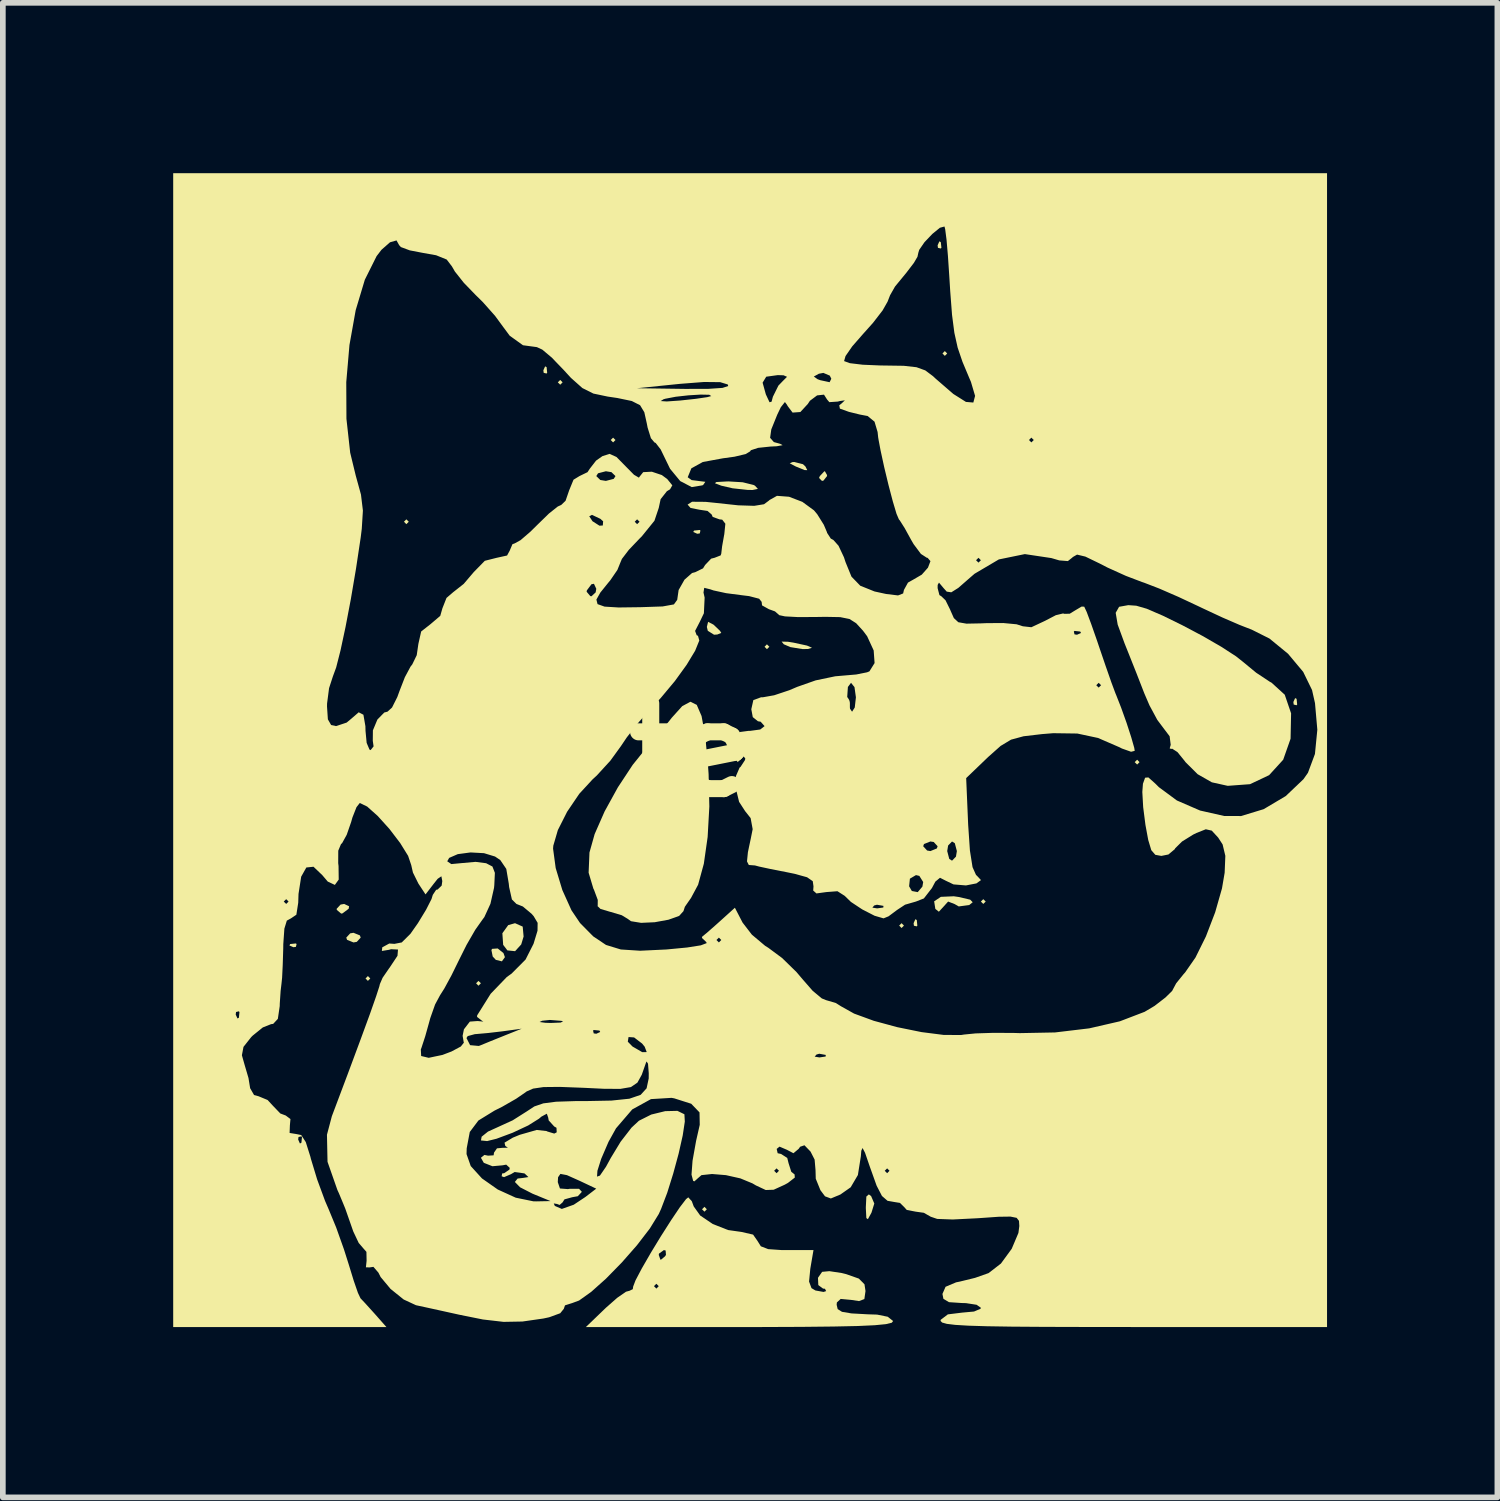
<source format=kicad_pcb>
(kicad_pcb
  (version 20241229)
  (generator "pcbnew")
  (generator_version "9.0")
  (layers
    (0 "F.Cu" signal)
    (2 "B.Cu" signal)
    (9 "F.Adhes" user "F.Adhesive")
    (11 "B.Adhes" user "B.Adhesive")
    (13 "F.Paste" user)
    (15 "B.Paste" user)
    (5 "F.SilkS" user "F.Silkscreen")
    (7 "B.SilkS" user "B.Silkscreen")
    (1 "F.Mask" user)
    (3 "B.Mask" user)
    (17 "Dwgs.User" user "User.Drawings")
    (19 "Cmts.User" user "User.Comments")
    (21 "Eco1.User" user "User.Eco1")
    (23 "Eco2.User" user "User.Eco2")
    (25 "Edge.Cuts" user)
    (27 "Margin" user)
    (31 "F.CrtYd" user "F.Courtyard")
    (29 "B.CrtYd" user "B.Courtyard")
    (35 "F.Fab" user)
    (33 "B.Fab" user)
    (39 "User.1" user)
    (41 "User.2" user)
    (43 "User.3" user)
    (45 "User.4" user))
  (footprint "test"
    (layer "F.Cu")
    (at 10.16 10.16)
    (property "Reference" "test" (at 0 0 0) (layer "F.SilkS") (effects (font (size 1.5 1.5) (thickness 0.3))))
    (attr board_only exclude_from_pos_files exclude_from_bom)
    (fp_poly (pts (xy -6.689 4.022) (xy -6.731 4.064) (xy -6.773 4.022) (xy -6.731 3.979)) (stroke (width 0) (type solid)) (fill yes) (layer "F.SilkS"))
    (fp_poly (pts (xy -6.011 -4.022) (xy -6.054 -3.979) (xy -6.096 -4.022) (xy -6.054 -4.064)) (stroke (width 0) (type solid)) (fill yes) (layer "F.SilkS"))
    (fp_poly (pts (xy -4.741 4.106) (xy -4.784 4.149) (xy -4.826 4.106) (xy -4.784 4.064)) (stroke (width 0) (type solid)) (fill yes) (layer "F.SilkS"))
    (fp_poly (pts (xy -3.302 -6.477) (xy -3.344 -6.435) (xy -3.387 -6.477) (xy -3.344 -6.519)) (stroke (width 0) (type solid)) (fill yes) (layer "F.SilkS"))
    (fp_poly (pts (xy -2.371 -5.461) (xy -2.413 -5.419) (xy -2.455 -5.461) (xy -2.413 -5.503)) (stroke (width 0) (type solid)) (fill yes) (layer "F.SilkS"))
    (fp_poly (pts (xy -0.762 8.086) (xy -0.804 8.128) (xy -0.847 8.086) (xy -0.804 8.043)) (stroke (width 0) (type solid)) (fill yes) (layer "F.SilkS"))
    (fp_poly (pts (xy 0.339 -1.82) (xy 0.296 -1.778) (xy 0.254 -1.82) (xy 0.296 -1.863)) (stroke (width 0) (type solid)) (fill yes) (layer "F.SilkS"))
    (fp_poly (pts (xy 2.709 3.09) (xy 2.667 3.133) (xy 2.625 3.09) (xy 2.667 3.048)) (stroke (width 0) (type solid)) (fill yes) (layer "F.SilkS"))
    (fp_poly (pts (xy 3.471 -6.985) (xy 3.429 -6.943) (xy 3.387 -6.985) (xy 3.429 -7.027)) (stroke (width 0) (type solid)) (fill yes) (layer "F.SilkS"))
    (fp_poly (pts (xy 4.149 2.667) (xy 4.106 2.709) (xy 4.064 2.667) (xy 4.106 2.625)) (stroke (width 0) (type solid)) (fill yes) (layer "F.SilkS"))
    (fp_poly (pts (xy 6.858 0.212) (xy 6.816 0.254) (xy 6.773 0.212) (xy 6.816 0.169)) (stroke (width 0) (type solid)) (fill yes) (layer "F.SilkS"))
    (fp_poly (pts (xy -7.987 3.415) (xy -7.999 3.465) (xy -8.043 3.471) (xy -8.113 3.44) (xy -8.1 3.415) (xy -7.999 3.405)) (stroke (width 0) (type solid)) (fill yes) (layer "F.SilkS"))
    (fp_poly (pts (xy -3.584 -6.745) (xy -3.574 -6.645) (xy -3.584 -6.632) (xy -3.635 -6.644) (xy -3.641 -6.689) (xy -3.61 -6.758)) (stroke (width 0) (type solid)) (fill yes) (layer "F.SilkS"))
    (fp_poly (pts (xy -0.875 -3.866) (xy -0.887 -3.816) (xy -0.931 -3.81) (xy -1.001 -3.841) (xy -0.988 -3.866) (xy -0.887 -3.877)) (stroke (width 0) (type solid)) (fill yes) (layer "F.SilkS"))
    (fp_poly (pts (xy 2.935 2.992) (xy 2.945 3.092) (xy 2.935 3.104) (xy 2.885 3.093) (xy 2.879 3.048) (xy 2.91 2.978)) (stroke (width 0) (type solid)) (fill yes) (layer "F.SilkS"))
    (fp_poly (pts (xy 3.358 -8.946) (xy 3.369 -8.846) (xy 3.358 -8.834) (xy 3.308 -8.845) (xy 3.302 -8.89) (xy 3.333 -8.96)) (stroke (width 0) (type solid)) (fill yes) (layer "F.SilkS"))
    (fp_poly (pts (xy 9.624 -0.903) (xy 9.634 -0.803) (xy 9.624 -0.79) (xy 9.573 -0.802) (xy 9.567 -0.847) (xy 9.598 -0.916)) (stroke (width 0) (type solid)) (fill yes) (layer "F.SilkS"))
    (fp_poly (pts (xy -7.062 2.75) (xy -7.07 2.794) (xy -7.178 2.875) (xy -7.202 2.879) (xy -7.279 2.814) (xy -7.281 2.794) (xy -7.212 2.72) (xy -7.149 2.709)) (stroke (width 0) (type solid)) (fill yes) (layer "F.SilkS"))
    (fp_poly (pts (xy -6.872 3.263) (xy -6.858 3.302) (xy -6.927 3.377) (xy -6.985 3.387) (xy -7.098 3.341) (xy -7.112 3.302) (xy -7.043 3.227) (xy -6.985 3.217)) (stroke (width 0) (type solid)) (fill yes) (layer "F.SilkS"))
    (fp_poly (pts (xy -4.344 3.574) (xy -4.318 3.646) (xy -4.371 3.72) (xy -4.478 3.694) (xy -4.533 3.635) (xy -4.556 3.521) (xy -4.544 3.5) (xy -4.445 3.493)) (stroke (width 0) (type solid)) (fill yes) (layer "F.SilkS"))
    (fp_poly (pts (xy 0.931 -5.035) (xy 0.974 -4.995) (xy 1.007 -4.93) (xy 0.958 -4.932) (xy 0.804 -4.995) (xy 0.698 -5.051) (xy 0.746 -5.072) (xy 0.778 -5.074)) (stroke (width 0) (type solid)) (fill yes) (layer "F.SilkS"))
    (fp_poly (pts (xy 1.354 -4.845) (xy 1.355 -4.826) (xy 1.29 -4.745) (xy 1.265 -4.741) (xy 1.214 -4.793) (xy 1.228 -4.826) (xy 1.304 -4.907) (xy 1.317 -4.911)) (stroke (width 0) (type solid)) (fill yes) (layer "F.SilkS"))
    (fp_poly (pts (xy -4.005 3.108) (xy -3.989 3.283) (xy -4.031 3.422) (xy -4.139 3.541) (xy -4.275 3.527) (xy -4.349 3.429) (xy -4.363 3.225) (xy -4.26 3.082) (xy -4.14 3.048)) (stroke (width 0) (type solid)) (fill yes) (layer "F.SilkS"))
    (fp_poly (pts (xy -0.647 -2.211) (xy -0.635 -2.201) (xy -0.53 -2.1) (xy -0.508 -2.064) (xy -0.577 -2.036) (xy -0.635 -2.032) (xy -0.745 -2.101) (xy -0.762 -2.169) (xy -0.74 -2.259)) (stroke (width 0) (type solid)) (fill yes) (layer "F.SilkS"))
    (fp_poly (pts (xy 0.668 -1.908) (xy 0.762 -1.893) (xy 1.002 -1.841) (xy 1.09 -1.802) (xy 1.019 -1.781) (xy 0.924 -1.779) (xy 0.709 -1.814) (xy 0.593 -1.864) (xy 0.555 -1.911)) (stroke (width 0) (type solid)) (fill yes) (layer "F.SilkS"))
    (fp_poly (pts (xy 2.131 7.854) (xy 2.187 7.985) (xy 2.137 8.146) (xy 2.074 8.261) (xy 2.047 8.241) (xy 2.038 8.069) (xy 2.038 8.048) (xy 2.047 7.862) (xy 2.091 7.824)) (stroke (width 0) (type solid)) (fill yes) (layer "F.SilkS"))
    (fp_poly (pts (xy -0.131 -4.717) (xy 0.059 -4.67) (xy 0.085 -4.657) (xy 0.137 -4.6) (xy 0.043 -4.581) (xy -0.042 -4.582) (xy -0.309 -4.611) (xy -0.508 -4.657) (xy -0.62 -4.7) (xy -0.595 -4.721) (xy -0.417 -4.731) (xy -0.381 -4.732)) (stroke (width 0) (type solid)) (fill yes) (layer "F.SilkS"))
    (fp_poly (pts (xy 3.683 2.588) (xy 3.876 2.634) (xy 3.92 2.679) (xy 3.859 2.728) (xy 3.674 2.753) (xy 3.601 2.711) (xy 3.487 2.667) (xy 3.405 2.758) (xy 3.324 2.846) (xy 3.262 2.797) (xy 3.241 2.663) (xy 3.359 2.584) (xy 3.587 2.574)) (stroke (width 0) (type solid)) (fill yes) (layer "F.SilkS"))
    (fp_poly (pts (xy 6.801 -2.543) (xy 6.984 -2.49) (xy 7.267 -2.368) (xy 7.608 -2.201) (xy 7.965 -2.012) (xy 8.296 -1.821) (xy 8.557 -1.652) (xy 8.678 -1.556) (xy 8.912 -1.363) (xy 9.152 -1.204) (xy 9.182 -1.188) (xy 9.415 -0.976) (xy 9.527 -0.648) (xy 9.518 -0.206) (xy 9.517 -0.198) (xy 9.388 0.169) (xy 9.14 0.441) (xy 8.804 0.6) (xy 8.411 0.629) (xy 8.131 0.567) (xy 7.881 0.424) (xy 7.668 0.212) (xy 7.655 0.194) (xy 7.526 0.035) (xy 7.431 -0.026) (xy 7.415 -0.02) (xy 7.389 -0.031) (xy 7.407 -0.093) (xy 7.388 -0.244) (xy 7.291 -0.372) (xy 7.171 -0.532) (xy 7.033 -0.788) (xy 6.941 -1.002) (xy 6.806 -1.349) (xy 6.664 -1.706) (xy 6.595 -1.878) (xy 6.473 -2.211) (xy 6.438 -2.418) (xy 6.498 -2.524) (xy 6.66 -2.553)) (stroke (width 0) (type solid)) (fill yes) (layer "F.SilkS"))
    (fp_poly (pts (xy -0.94 -0.797) (xy -0.855 -0.6) (xy -0.791 -0.254) (xy -0.743 0.251) (xy -0.731 0.423) (xy -0.718 0.993) (xy -0.748 1.53) (xy -0.815 2.001) (xy -0.916 2.371) (xy -1.044 2.609) (xy -1.047 2.612) (xy -1.149 2.759) (xy -1.174 2.836) (xy -1.25 2.92) (xy -1.438 2.987) (xy -1.68 3.031) (xy -1.92 3.042) (xy -2.098 3.013) (xy -2.152 2.974) (xy -2.26 2.908) (xy -2.458 2.849) (xy -2.467 2.847) (xy -2.635 2.797) (xy -2.688 2.746) (xy -2.684 2.74) (xy -2.683 2.638) (xy -2.75 2.458) (xy -2.76 2.44) (xy -2.844 2.159) (xy -2.829 1.803) (xy -2.829 1.803) (xy -2.738 1.479) (xy -2.562 1.079) (xy -2.329 0.656) (xy -2.068 0.26) (xy -1.858 -0.001) (xy -1.637 -0.255) (xy -1.423 -0.515) (xy -1.378 -0.572) (xy -1.196 -0.774) (xy -1.052 -0.852)) (stroke (width 0) (type solid)) (fill yes) (layer "F.SilkS"))
    (fp_poly (pts (xy -1.027 7.944) (xy -0.993 8.036) (xy -0.879 8.196) (xy -0.657 8.346) (xy -0.387 8.452) (xy -0.154 8.485) (xy 0.052 8.532) (xy 0.129 8.642) (xy 0.189 8.738) (xy 0.318 8.788) (xy 0.561 8.805) (xy 0.648 8.805) (xy 1.116 8.805) (xy 1.06 9.133) (xy 1.038 9.359) (xy 1.081 9.475) (xy 1.15 9.516) (xy 1.293 9.542) (xy 1.339 9.527) (xy 1.318 9.486) (xy 1.284 9.483) (xy 1.201 9.421) (xy 1.195 9.293) (xy 1.268 9.188) (xy 1.396 9.176) (xy 1.614 9.209) (xy 1.691 9.228) (xy 1.915 9.307) (xy 2.014 9.407) (xy 2.032 9.526) (xy 2.012 9.667) (xy 1.919 9.703) (xy 1.778 9.682) (xy 1.595 9.665) (xy 1.528 9.727) (xy 1.524 9.768) (xy 1.542 9.844) (xy 1.618 9.892) (xy 1.785 9.92) (xy 2.075 9.936) (xy 2.236 9.941) (xy 2.424 9.979) (xy 2.518 10.054) (xy 2.495 10.084) (xy 2.392 10.109) (xy 2.196 10.128) (xy 1.894 10.142) (xy 1.47 10.151) (xy 0.911 10.157) (xy 0.204 10.16) (xy -0.169 10.16) (xy -2.892 10.16) (xy -2.54 9.821) (xy -2.34 9.645) (xy -2.186 9.538) (xy -2.123 9.521) (xy -2.066 9.493) (xy -2.06 9.449) (xy -2.057 9.44) (xy -1.693 9.44) (xy -1.651 9.483) (xy -1.609 9.44) (xy -1.651 9.398) (xy -1.693 9.44) (xy -2.057 9.44) (xy -2.018 9.338) (xy -1.908 9.129) (xy -1.77 8.89) (xy -1.609 8.89) (xy -1.58 8.972) (xy -1.571 8.975) (xy -1.499 8.915) (xy -1.482 8.89) (xy -1.488 8.812) (xy -1.519 8.805) (xy -1.605 8.867) (xy -1.609 8.89) (xy -1.77 8.89) (xy -1.752 8.858) (xy -1.573 8.564) (xy -1.394 8.283) (xy -1.238 8.051) (xy -1.127 7.906) (xy -1.089 7.876)) (stroke (width 0) (type solid)) (fill yes) (layer "F.SilkS"))
    (fp_poly (pts (xy 10.16 0) (xy 10.16 10.16) (xy 6.734 10.16) (xy 5.875 10.159) (xy 5.171 10.157) (xy 4.608 10.153) (xy 4.17 10.146) (xy 3.843 10.136) (xy 3.612 10.122) (xy 3.464 10.104) (xy 3.382 10.081) (xy 3.354 10.053) (xy 3.356 10.033) (xy 3.482 9.937) (xy 3.734 9.906) (xy 3.943 9.887) (xy 4.057 9.839) (xy 4.064 9.821) (xy 3.989 9.768) (xy 3.801 9.739) (xy 3.725 9.737) (xy 3.502 9.722) (xy 3.404 9.663) (xy 3.387 9.577) (xy 3.442 9.451) (xy 3.627 9.373) (xy 3.691 9.36) (xy 3.961 9.294) (xy 4.194 9.212) (xy 4.201 9.209) (xy 4.417 9.042) (xy 4.607 8.782) (xy 4.725 8.503) (xy 4.741 8.381) (xy 4.735 8.29) (xy 4.694 8.237) (xy 4.585 8.215) (xy 4.377 8.218) (xy 4.036 8.242) (xy 3.986 8.245) (xy 3.568 8.266) (xy 3.295 8.256) (xy 3.177 8.216) (xy 3.177 8.215) (xy 3.059 8.148) (xy 2.916 8.128) (xy 2.759 8.098) (xy 2.709 8.043) (xy 2.639 7.974) (xy 2.545 7.959) (xy 2.42 7.937) (xy 2.322 7.852) (xy 2.228 7.671) (xy 2.134 7.408) (xy 2.371 7.408) (xy 2.413 7.451) (xy 2.455 7.408) (xy 2.413 7.366) (xy 2.371 7.408) (xy 2.134 7.408) (xy 2.117 7.361) (xy 2.104 7.324) (xy 2.024 7.091) (xy 1.98 7.007) (xy 1.958 7.056) (xy 1.95 7.154) (xy 1.898 7.483) (xy 1.771 7.699) (xy 1.59 7.826) (xy 1.422 7.896) (xy 1.319 7.858) (xy 1.238 7.75) (xy 1.156 7.548) (xy 1.152 7.398) (xy 1.136 7.211) (xy 1.064 7.07) (xy 0.957 6.959) (xy 0.881 6.985) (xy 0.855 7.022) (xy 0.763 7.099) (xy 0.649 7.039) (xy 0.518 6.983) (xy 0.468 7.023) (xy 0.485 7.099) (xy 0.545 7.112) (xy 0.654 7.182) (xy 0.677 7.274) (xy 0.725 7.426) (xy 0.783 7.472) (xy 0.787 7.528) (xy 0.666 7.622) (xy 0.608 7.654) (xy 0.415 7.742) (xy 0.275 7.747) (xy 0.102 7.666) (xy 0.041 7.63) (xy -0.172 7.542) (xy -0.426 7.485) (xy -0.671 7.465) (xy -0.857 7.485) (xy -0.931 7.549) (xy -0.931 7.55) (xy -0.982 7.595) (xy -1.003 7.586) (xy -1.032 7.476) (xy -1.027 7.408) (xy 0.423 7.408) (xy 0.466 7.451) (xy 0.508 7.408) (xy 0.466 7.366) (xy 0.423 7.408) (xy -1.027 7.408) (xy -1.014 7.232) (xy -0.951 6.88) (xy -0.887 6.599) (xy -0.891 6.38) (xy -1.037 6.228) (xy -1.335 6.133) (xy -1.384 6.124) (xy -1.746 6.146) (xy -2.076 6.328) (xy -2.362 6.661) (xy -2.494 6.899) (xy -2.623 7.199) (xy -2.689 7.408) (xy -2.696 7.511) (xy -2.645 7.493) (xy -2.538 7.337) (xy -2.454 7.183) (xy -2.28 6.896) (xy -2.088 6.648) (xy -1.958 6.527) (xy -1.741 6.418) (xy -1.495 6.358) (xy -1.28 6.353) (xy -1.157 6.413) (xy -1.15 6.542) (xy -1.187 6.787) (xy -1.259 7.107) (xy -1.354 7.457) (xy -1.46 7.796) (xy -1.568 8.08) (xy -1.609 8.17) (xy -1.766 8.425) (xy -1.993 8.72) (xy -2.26 9.024) (xy -2.538 9.308) (xy -2.799 9.541) (xy -3.012 9.693) (xy -3.131 9.737) (xy -3.26 9.778) (xy -3.281 9.839) (xy -3.344 9.917) (xy -3.539 9.988) (xy -3.641 10.01) (xy -4.01 10.063) (xy -4.342 10.069) (xy -4.705 10.027) (xy -5.122 9.943) (xy -5.443 9.872) (xy -5.716 9.812) (xy -5.883 9.776) (xy -5.884 9.776) (xy -6.101 9.675) (xy -6.332 9.489) (xy -6.507 9.279) (xy -6.546 9.202) (xy -6.634 9.1) (xy -6.701 9.11) (xy -6.766 9.108) (xy -6.754 8.993) (xy -6.757 8.836) (xy -6.809 8.777) (xy -6.893 8.679) (xy -6.989 8.476) (xy -7.026 8.37) (xy -7.129 8.076) (xy -7.167 7.983) (xy -3.458 7.983) (xy -3.439 8.027) (xy -3.316 8.08) (xy -3.106 8.006) (xy -2.9 7.869) (xy -2.71 7.723) (xy -2.998 7.587) (xy -3.226 7.485) (xy -3.341 7.463) (xy -3.382 7.522) (xy -3.387 7.608) (xy -3.349 7.72) (xy -3.208 7.731) (xy -3.175 7.725) (xy -3.012 7.726) (xy -2.963 7.779) (xy -3.034 7.856) (xy -3.133 7.874) (xy -3.27 7.912) (xy -3.302 7.964) (xy -3.355 8.01) (xy -3.4 7.993) (xy -3.458 7.983) (xy -7.167 7.983) (xy -7.242 7.803) (xy -7.268 7.747) (xy -7.442 7.25) (xy -7.445 7.114) (xy -4.994 7.114) (xy -4.92 7.325) (xy -4.722 7.543) (xy -4.444 7.738) (xy -4.128 7.882) (xy -3.817 7.946) (xy -3.768 7.947) (xy -3.514 7.942) (xy -3.831 7.812) (xy -4.051 7.699) (xy -4.143 7.605) (xy -4.095 7.545) (xy -4 7.534) (xy -3.904 7.519) (xy -3.967 7.46) (xy -3.976 7.454) (xy -4.147 7.43) (xy -4.211 7.468) (xy -4.333 7.52) (xy -4.376 7.505) (xy -4.366 7.455) (xy -4.332 7.451) (xy -4.239 7.388) (xy -4.233 7.357) (xy -4.295 7.3) (xy -4.36 7.312) (xy -4.538 7.328) (xy -4.69 7.268) (xy -4.741 7.179) (xy -4.679 7.129) (xy -4.615 7.142) (xy -4.517 7.136) (xy -4.51 7.088) (xy -4.458 7.013) (xy -4.36 7.004) (xy -4.266 7.002) (xy -4.312 6.97) (xy -4.325 6.913) (xy -4.179 6.825) (xy -4.058 6.775) (xy -3.758 6.689) (xy -3.583 6.709) (xy -3.575 6.715) (xy -3.449 6.753) (xy -3.406 6.731) (xy -3.41 6.651) (xy -3.45 6.628) (xy -3.547 6.521) (xy -3.556 6.471) (xy -3.58 6.403) (xy -3.676 6.455) (xy -3.718 6.491) (xy -3.908 6.61) (xy -4.184 6.739) (xy -4.466 6.844) (xy -4.631 6.885) (xy -4.74 6.874) (xy -4.728 6.808) (xy -4.616 6.718) (xy -4.458 6.646) (xy -4.182 6.52) (xy -3.934 6.363) (xy -3.8 6.275) (xy -3.642 6.221) (xy -3.417 6.192) (xy -3.082 6.181) (xy -2.904 6.181) (xy -2.443 6.172) (xy -2.126 6.139) (xy -1.928 6.071) (xy -1.823 5.956) (xy -1.786 5.783) (xy -1.785 5.691) (xy -1.798 5.523) (xy -1.823 5.483) (xy -1.833 5.503) (xy -1.908 5.717) (xy -1.985 5.856) (xy -2.099 5.934) (xy -2.286 5.966) (xy -2.578 5.964) (xy -2.931 5.947) (xy -3.352 5.931) (xy -3.638 5.934) (xy -3.822 5.961) (xy -3.937 6.012) (xy -3.959 6.029) (xy -4.121 6.14) (xy -4.365 6.28) (xy -4.502 6.349) (xy -4.785 6.523) (xy -4.937 6.725) (xy -4.991 7.012) (xy -4.994 7.114) (xy -7.445 7.114) (xy -7.452 6.773) (xy -7.366 6.448) (xy -7.083 5.696) (xy -6.925 5.271) (xy -5.799 5.271) (xy -5.793 5.387) (xy -5.66 5.419) (xy -5.562 5.398) (xy 1.137 5.398) (xy 1.221 5.412) (xy 1.33 5.396) (xy 1.332 5.368) (xy 1.218 5.347) (xy 1.169 5.361) (xy 1.137 5.398) (xy -5.562 5.398) (xy -5.418 5.368) (xy -5.258 5.307) (xy -5.095 5.22) (xy -5.04 5.151) (xy -5.044 5.144) (xy -5.056 5.071) (xy -4.995 5.071) (xy -4.931 5.196) (xy -4.778 5.21) (xy -4.746 5.198) (xy -4.593 5.135) (xy -2.154 5.135) (xy -2.071 5.22) (xy -1.9 5.319) (xy -1.821 5.318) (xy -1.857 5.223) (xy -1.903 5.167) (xy -2.043 5.06) (xy -2.141 5.053) (xy -2.154 5.135) (xy -4.593 5.135) (xy -4.581 5.13) (xy -4.35 5.037) (xy -4.318 5.024) (xy -4.105 4.939) (xy -2.766 4.939) (xy -2.754 4.989) (xy -2.709 4.995) (xy -2.64 4.964) (xy -2.653 4.939) (xy -2.753 4.929) (xy -2.766 4.939) (xy -4.105 4.939) (xy -4.022 4.906) (xy -4.36 4.952) (xy -4.616 4.982) (xy -4.819 5) (xy -4.847 5.002) (xy -4.973 5.036) (xy -4.995 5.071) (xy -5.056 5.071) (xy -5.063 5.032) (xy -5.04 4.917) (xy -4.941 4.788) (xy -3.708 4.788) (xy -3.606 4.802) (xy -3.514 4.805) (xy -3.339 4.798) (xy -3.294 4.779) (xy -3.322 4.768) (xy -3.526 4.752) (xy -3.661 4.766) (xy -3.708 4.788) (xy -4.941 4.788) (xy -4.935 4.781) (xy -4.799 4.771) (xy -4.698 4.781) (xy -4.725 4.764) (xy -4.809 4.698) (xy -4.807 4.671) (xy -4.569 4.291) (xy -4.285 3.996) (xy -4.201 3.936) (xy -3.955 3.689) (xy -3.814 3.411) (xy -3.744 3.181) (xy -3.742 3.042) (xy -3.812 2.924) (xy -3.848 2.883) (xy -4.002 2.754) (xy -4.115 2.709) (xy -4.195 2.63) (xy -4.244 2.411) (xy -4.25 2.352) (xy -4.294 2.092) (xy -4.4 1.936) (xy -4.492 1.874) (xy -4.686 1.815) (xy -4.924 1.802) (xy -5.148 1.832) (xy -5.3 1.898) (xy -5.334 1.958) (xy -5.262 2.007) (xy -5.082 1.99) (xy -4.836 1.968) (xy -4.649 1.992) (xy -4.538 2.05) (xy -4.495 2.161) (xy -4.505 2.378) (xy -4.51 2.427) (xy -4.573 2.706) (xy -4.68 2.94) (xy -4.717 2.99) (xy -4.84 3.164) (xy -4.994 3.431) (xy -5.12 3.683) (xy -5.259 3.966) (xy -5.385 4.198) (xy -5.461 4.318) (xy -5.548 4.48) (xy -5.633 4.721) (xy -5.65 4.784) (xy -5.721 5.038) (xy -5.787 5.24) (xy -5.799 5.271) (xy -6.925 5.271) (xy -6.86 5.096) (xy -6.694 4.643) (xy -6.585 4.332) (xy -6.529 4.159) (xy -6.52 4.12) (xy -6.472 4.009) (xy -6.356 3.84) (xy -6.35 3.833) (xy -6.21 3.622) (xy -6.201 3.512) (xy -6.323 3.506) (xy -6.361 3.517) (xy -6.485 3.537) (xy -6.478 3.473) (xy -6.355 3.406) (xy -6.264 3.412) (xy -6.135 3.387) (xy -5.982 3.235) (xy -5.85 3.047) (xy -5.706 2.81) (xy -5.611 2.623) (xy -5.588 2.549) (xy -5.529 2.46) (xy -5.503 2.455) (xy -5.432 2.386) (xy -5.421 2.307) (xy -5.437 2.222) (xy -5.502 2.266) (xy -5.569 2.35) (xy -5.716 2.541) (xy -5.842 2.35) (xy -5.938 2.156) (xy -5.968 2.024) (xy -6.023 1.862) (xy -6.101 1.736) (xy -3.47 1.736) (xy -3.424 2.077) (xy -3.307 2.464) (xy -3.146 2.821) (xy -2.995 3.045) (xy -2.763 3.28) (xy -2.538 3.431) (xy -2.277 3.511) (xy -1.937 3.533) (xy -1.474 3.511) (xy -1.463 3.51) (xy -1.108 3.476) (xy -0.868 3.438) (xy -0.765 3.399) (xy -0.772 3.381) (xy -0.81 3.344) (xy -0.593 3.344) (xy -0.55 3.387) (xy -0.508 3.344) (xy -0.55 3.302) (xy -0.593 3.344) (xy -0.81 3.344) (xy -0.849 3.307) (xy -0.844 3.285) (xy -0.761 3.217) (xy -0.603 3.078) (xy -0.536 3.018) (xy -0.268 2.776) (xy -0.133 3.037) (xy 0.031 3.25) (xy 0.264 3.446) (xy 0.32 3.481) (xy 0.563 3.661) (xy 0.816 3.908) (xy 0.922 4.033) (xy 1.102 4.239) (xy 1.263 4.373) (xy 1.337 4.403) (xy 1.51 4.454) (xy 1.602 4.512) (xy 1.831 4.64) (xy 2.178 4.767) (xy 2.591 4.879) (xy 3.019 4.966) (xy 3.411 5.016) (xy 3.717 5.017) (xy 3.768 5.009) (xy 3.971 4.989) (xy 4.284 4.979) (xy 4.648 4.981) (xy 4.748 4.984) (xy 5.37 4.972) (xy 5.972 4.9) (xy 6.511 4.776) (xy 6.947 4.609) (xy 7.122 4.505) (xy 7.315 4.356) (xy 7.432 4.241) (xy 7.449 4.208) (xy 7.503 4.107) (xy 7.633 3.946) (xy 7.661 3.915) (xy 7.843 3.653) (xy 8.027 3.281) (xy 8.19 2.856) (xy 8.31 2.435) (xy 8.357 2.159) (xy 8.369 1.862) (xy 8.321 1.661) (xy 8.243 1.541) (xy 8.13 1.418) (xy 8.025 1.394) (xy 7.859 1.46) (xy 7.804 1.487) (xy 7.606 1.61) (xy 7.486 1.729) (xy 7.478 1.745) (xy 7.367 1.838) (xy 7.242 1.863) (xy 7.136 1.844) (xy 7.065 1.762) (xy 7.011 1.582) (xy 6.962 1.317) (xy 6.922 1.004) (xy 6.907 0.737) (xy 6.918 0.592) (xy 6.956 0.486) (xy 7.014 0.481) (xy 7.134 0.588) (xy 7.198 0.652) (xy 7.516 0.887) (xy 7.924 1.064) (xy 8.349 1.16) (xy 8.647 1.161) (xy 9.044 1.04) (xy 9.433 0.809) (xy 9.745 0.512) (xy 9.824 0.399) (xy 9.947 0.068) (xy 9.989 -0.359) (xy 9.948 -0.827) (xy 9.896 -1.058) (xy 9.74 -1.378) (xy 9.473 -1.697) (xy 9.146 -1.965) (xy 8.835 -2.121) (xy 8.624 -2.203) (xy 8.319 -2.335) (xy 7.978 -2.494) (xy 7.894 -2.534) (xy 7.544 -2.698) (xy 7.206 -2.845) (xy 6.942 -2.947) (xy 6.9 -2.961) (xy 6.619 -3.068) (xy 6.294 -3.215) (xy 6.154 -3.287) (xy 5.904 -3.408) (xy 5.758 -3.443) (xy 5.681 -3.399) (xy 5.677 -3.393) (xy 5.596 -3.329) (xy 5.445 -3.341) (xy 5.305 -3.382) (xy 4.838 -3.452) (xy 4.38 -3.358) (xy 3.953 -3.106) (xy 3.874 -3.038) (xy 3.667 -2.857) (xy 3.543 -2.779) (xy 3.463 -2.791) (xy 3.408 -2.852) (xy 3.326 -2.95) (xy 3.303 -2.909) (xy 3.302 -2.853) (xy 3.334 -2.73) (xy 3.368 -2.709) (xy 3.441 -2.639) (xy 3.525 -2.469) (xy 3.528 -2.46) (xy 3.588 -2.325) (xy 3.667 -2.252) (xy 3.81 -2.227) (xy 4.065 -2.232) (xy 4.161 -2.236) (xy 4.458 -2.238) (xy 4.693 -2.216) (xy 4.802 -2.181) (xy 4.953 -2.164) (xy 5.192 -2.276) (xy 5.384 -2.376) (xy 5.513 -2.407) (xy 5.531 -2.4) (xy 5.629 -2.402) (xy 5.715 -2.455) (xy 5.838 -2.528) (xy 5.884 -2.526) (xy 5.927 -2.434) (xy 6.007 -2.22) (xy 6.11 -1.926) (xy 6.147 -1.816) (xy 6.261 -1.482) (xy 6.362 -1.193) (xy 6.433 -1.002) (xy 6.445 -0.974) (xy 6.533 -0.75) (xy 6.629 -0.482) (xy 6.712 -0.226) (xy 6.765 -0.04) (xy 6.773 0.013) (xy 6.709 0.029) (xy 6.548 -0.028) (xy 6.503 -0.051) (xy 6.127 -0.214) (xy 5.762 -0.292) (xy 5.338 -0.298) (xy 5.14 -0.282) (xy 4.816 -0.244) (xy 4.595 -0.184) (xy 4.412 -0.074) (xy 4.198 0.116) (xy 4.181 0.132) (xy 3.805 0.493) (xy 3.84 1.315) (xy 3.871 1.769) (xy 3.917 2.061) (xy 3.979 2.2) (xy 3.989 2.207) (xy 4.066 2.289) (xy 3.986 2.347) (xy 3.801 2.383) (xy 3.582 2.365) (xy 3.448 2.301) (xy 3.344 2.248) (xy 3.262 2.316) (xy 3.202 2.429) (xy 3.06 2.612) (xy 2.92 2.667) (xy 2.729 2.722) (xy 2.588 2.815) (xy 2.438 2.927) (xy 2.35 2.963) (xy 2.192 2.917) (xy 1.976 2.806) (xy 1.927 2.774) (xy 2.153 2.774) (xy 2.237 2.787) (xy 2.346 2.772) (xy 2.348 2.743) (xy 2.234 2.723) (xy 2.185 2.736) (xy 2.153 2.774) (xy 1.927 2.774) (xy 1.775 2.673) (xy 1.665 2.566) (xy 1.538 2.485) (xy 1.342 2.5) (xy 1.168 2.524) (xy 1.111 2.473) (xy 1.116 2.401) (xy 1.116 2.398) (xy 2.8 2.398) (xy 2.848 2.481) (xy 2.952 2.501) (xy 3.034 2.404) (xy 3.048 2.323) (xy 2.98 2.215) (xy 2.921 2.201) (xy 2.814 2.264) (xy 2.8 2.398) (xy 1.116 2.398) (xy 1.103 2.308) (xy 1.003 2.239) (xy 0.782 2.178) (xy 0.635 2.148) (xy 0.36 2.094) (xy 0.16 2.051) (xy 0.085 2.031) (xy -0.023 2.023) (xy -0.055 1.96) (xy -0.039 1.8) (xy -0.017 1.693) (xy 3.048 1.693) (xy 3.117 1.768) (xy 3.175 1.778) (xy 3.471 1.778) (xy 3.507 1.916) (xy 3.556 1.947) (xy 3.625 1.876) (xy 3.641 1.778) (xy 3.605 1.64) (xy 3.556 1.609) (xy 3.487 1.68) (xy 3.471 1.778) (xy 3.175 1.778) (xy 3.288 1.732) (xy 3.302 1.693) (xy 3.233 1.618) (xy 3.175 1.609) (xy 3.062 1.654) (xy 3.048 1.693) (xy -0.017 1.693) (xy 0.012 1.557) (xy 0.045 1.392) (xy 0.009 1.197) (xy -0.087 1.076) (xy -0.194 0.911) (xy -0.25 0.682) (xy -0.25 0.458) (xy -0.185 0.308) (xy -0.169 0.296) (xy -0.089 0.173) (xy -0.086 0.143) (xy -0.119 0.11) (xy -0.169 0.169) (xy -0.223 0.212) (xy -0.249 0.111) (xy -0.253 -0.021) (xy -0.242 -0.229) (xy -0.18 -0.319) (xy -0.028 -0.339) (xy 0 -0.339) (xy 0.178 -0.363) (xy 0.254 -0.422) (xy 0.254 -0.423) (xy 0.186 -0.5) (xy 0.138 -0.508) (xy 0.047 -0.581) (xy 0.021 -0.72) (xy 0.057 -0.881) (xy 0.194 -0.931) (xy 0.227 -0.931) (xy 0.255 -0.936) (xy 1.71 -0.936) (xy 1.71 -0.931) (xy 1.743 -0.753) (xy 1.795 -0.677) (xy 1.796 -0.677) (xy 1.843 -0.751) (xy 1.863 -0.928) (xy 1.863 -0.931) (xy 1.838 -1.11) (xy 1.811 -1.143) (xy 6.096 -1.143) (xy 6.138 -1.101) (xy 6.181 -1.143) (xy 6.138 -1.185) (xy 6.096 -1.143) (xy 1.811 -1.143) (xy 1.778 -1.185) (xy 1.777 -1.185) (xy 1.722 -1.112) (xy 1.71 -0.936) (xy 0.255 -0.936) (xy 0.424 -0.966) (xy 0.691 -1.055) (xy 0.83 -1.114) (xy 1.154 -1.228) (xy 1.499 -1.3) (xy 1.614 -1.31) (xy 1.87 -1.332) (xy 2.059 -1.37) (xy 2.101 -1.387) (xy 2.192 -1.533) (xy 2.176 -1.755) (xy 2.061 -2.005) (xy 1.999 -2.088) (xy 5.701 -2.088) (xy 5.713 -2.038) (xy 5.757 -2.032) (xy 5.827 -2.063) (xy 5.814 -2.088) (xy 5.713 -2.099) (xy 5.701 -2.088) (xy 1.999 -2.088) (xy 1.987 -2.104) (xy 1.867 -2.235) (xy 1.75 -2.309) (xy 1.586 -2.342) (xy 1.326 -2.347) (xy 1.14 -2.344) (xy 0.838 -2.343) (xy 0.614 -2.355) (xy 0.511 -2.377) (xy 0.508 -2.382) (xy 0.438 -2.443) (xy 0.33 -2.482) (xy 0.21 -2.549) (xy 0.203 -2.611) (xy 0.159 -2.666) (xy -0.017 -2.712) (xy -0.148 -2.728) (xy -0.423 -2.764) (xy -0.644 -2.812) (xy -0.703 -2.832) (xy -0.808 -2.858) (xy -0.821 -2.775) (xy -0.801 -2.686) (xy -0.814 -2.41) (xy -0.886 -2.26) (xy -0.969 -2.099) (xy -0.941 -2.023) (xy -0.918 -2.013) (xy -0.895 -1.93) (xy -0.968 -1.75) (xy -1.118 -1.502) (xy -1.325 -1.216) (xy -1.573 -0.919) (xy -1.719 -0.762) (xy -1.956 -0.498) (xy -2.171 -0.225) (xy -2.276 -0.069) (xy -2.461 0.186) (xy -2.699 0.446) (xy -2.776 0.517) (xy -3.009 0.77) (xy -3.223 1.086) (xy -3.386 1.409) (xy -3.466 1.683) (xy -3.47 1.736) (xy -6.101 1.736) (xy -6.163 1.636) (xy -6.352 1.388) (xy -6.558 1.16) (xy -6.744 0.994) (xy -6.874 0.931) (xy -6.932 1.005) (xy -7.004 1.188) (xy -7.026 1.266) (xy -7.104 1.491) (xy -7.185 1.638) (xy -7.205 1.656) (xy -7.253 1.771) (xy -7.254 1.991) (xy -7.248 2.041) (xy -7.245 2.28) (xy -7.313 2.374) (xy -7.438 2.315) (xy -7.535 2.201) (xy -7.689 2.054) (xy -7.815 2.067) (xy -7.906 2.229) (xy -7.953 2.533) (xy -7.958 2.688) (xy -7.991 2.899) (xy -8.086 2.963) (xy -8.159 3.003) (xy -8.202 3.144) (xy -8.221 3.416) (xy -8.222 3.493) (xy -8.231 3.784) (xy -8.242 4.009) (xy -8.252 4.106) (xy -8.268 4.241) (xy -8.283 4.465) (xy -8.284 4.508) (xy -8.317 4.733) (xy -8.399 4.821) (xy -8.436 4.826) (xy -8.582 4.884) (xy -8.76 5.028) (xy -8.786 5.054) (xy -8.922 5.226) (xy -8.95 5.374) (xy -8.901 5.547) (xy -8.834 5.775) (xy -8.805 5.953) (xy -8.805 5.954) (xy -8.736 6.074) (xy -8.656 6.096) (xy -8.497 6.162) (xy -8.402 6.265) (xy -8.273 6.399) (xy -8.178 6.435) (xy -8.095 6.497) (xy -8.105 6.61) (xy -8.11 6.742) (xy -8.006 6.759) (xy -8.003 6.759) (xy -7.905 6.779) (xy -7.825 6.903) (xy -7.744 7.16) (xy -7.735 7.197) (xy -7.625 7.56) (xy -7.485 7.94) (xy -7.422 8.086) (xy -7.29 8.406) (xy -7.153 8.791) (xy -7.068 9.059) (xy -6.981 9.343) (xy -6.907 9.557) (xy -6.862 9.653) (xy -6.78 9.74) (xy -6.637 9.898) (xy -6.61 9.928) (xy -6.405 10.16) (xy -8.283 10.16) (xy -10.16 10.16) (xy -10.16 6.858) (xy -7.959 6.858) (xy -7.928 6.928) (xy -7.902 6.914) (xy -7.892 6.814) (xy -7.902 6.802) (xy -7.953 6.813) (xy -7.959 6.858) (xy -10.16 6.858) (xy -10.16 4.657) (xy -9.059 4.657) (xy -9.028 4.726) (xy -9.003 4.713) (xy -8.993 4.613) (xy -9.003 4.6) (xy -9.053 4.612) (xy -9.059 4.657) (xy -10.16 4.657) (xy -10.16 2.667) (xy -8.213 2.667) (xy -8.17 2.709) (xy -8.128 2.667) (xy -8.17 2.625) (xy -8.213 2.667) (xy -10.16 2.667) (xy -10.16 0) (xy -10.16 -0.768) (xy -7.451 -0.768) (xy -7.436 -0.542) (xy -7.379 -0.442) (xy -7.292 -0.423) (xy -7.105 -0.485) (xy -7.027 -0.55) (xy -6.893 -0.666) (xy -6.81 -0.623) (xy -6.775 -0.421) (xy -6.773 -0.339) (xy -6.753 -0.127) (xy -6.703 -0.009) (xy -6.683 0) (xy -6.631 -0.066) (xy -6.645 -0.164) (xy -6.643 -0.348) (xy -6.564 -0.538) (xy -6.443 -0.662) (xy -6.386 -0.677) (xy -6.306 -0.75) (xy -6.213 -0.935) (xy -6.176 -1.037) (xy -6.08 -1.284) (xy -5.98 -1.471) (xy -5.95 -1.509) (xy -5.871 -1.672) (xy -5.842 -1.871) (xy -5.793 -2.089) (xy -5.63 -2.217) (xy -5.457 -2.364) (xy -5.419 -2.497) (xy -5.347 -2.68) (xy -5.226 -2.784) (xy -5.219 -2.789) (xy -2.879 -2.789) (xy -2.814 -2.712) (xy -2.794 -2.709) (xy -2.72 -2.778) (xy -2.709 -2.841) (xy -2.75 -2.929) (xy -2.794 -2.921) (xy -2.875 -2.813) (xy -2.879 -2.789) (xy -5.219 -2.789) (xy -5.044 -2.927) (xy -4.871 -3.13) (xy -4.866 -3.136) (xy -4.672 -3.334) (xy -4.466 -3.386) (xy -4.28 -3.427) (xy -4.233 -3.514) (xy -4.186 -3.626) (xy -4.145 -3.641) (xy -4.042 -3.698) (xy -3.871 -3.845) (xy -3.735 -3.979) (xy -3.592 -4.118) (xy -2.833 -4.118) (xy -2.776 -4.031) (xy -2.653 -3.952) (xy -2.594 -3.956) (xy -2.589 -4.022) (xy -2.032 -4.022) (xy -1.99 -3.979) (xy -1.947 -4.022) (xy -1.99 -4.064) (xy -2.032 -4.022) (xy -2.589 -4.022) (xy -2.588 -4.029) (xy -2.637 -4.073) (xy -2.785 -4.143) (xy -2.833 -4.118) (xy -3.592 -4.118) (xy -3.542 -4.167) (xy -3.387 -4.29) (xy -3.326 -4.318) (xy -3.25 -4.391) (xy -3.189 -4.568) (xy -3.188 -4.572) (xy -3.11 -4.762) (xy -3.005 -4.826) (xy -2.709 -4.826) (xy -2.638 -4.757) (xy -2.54 -4.741) (xy -2.402 -4.777) (xy -2.371 -4.826) (xy -2.442 -4.895) (xy -2.54 -4.911) (xy -2.678 -4.875) (xy -2.709 -4.826) (xy -3.005 -4.826) (xy -2.863 -4.895) (xy -2.824 -4.955) (xy -2.713 -5.098) (xy -2.601 -5.177) (xy -2.474 -5.217) (xy -2.353 -5.162) (xy -2.188 -4.994) (xy -2.045 -4.849) (xy -1.958 -4.798) (xy -1.947 -4.815) (xy -1.883 -4.895) (xy -1.731 -4.903) (xy -1.555 -4.844) (xy -1.46 -4.774) (xy -1.37 -4.663) (xy -1.41 -4.593) (xy -1.466 -4.559) (xy -1.576 -4.419) (xy -1.609 -4.265) (xy -1.685 -4.039) (xy -1.907 -3.765) (xy -1.947 -3.725) (xy -2.135 -3.528) (xy -2.258 -3.367) (xy -2.286 -3.3) (xy -2.337 -3.174) (xy -2.462 -2.991) (xy -2.498 -2.948) (xy -2.638 -2.774) (xy -2.707 -2.651) (xy -2.687 -2.571) (xy -2.563 -2.527) (xy -2.317 -2.512) (xy -1.931 -2.517) (xy -1.541 -2.53) (xy -1.342 -2.566) (xy -1.284 -2.646) (xy -1.259 -2.819) (xy -1.156 -3.001) (xy -1.022 -3.119) (xy -0.968 -3.133) (xy -0.829 -3.201) (xy -0.793 -3.26) (xy -0.686 -3.372) (xy -0.626 -3.387) (xy -0.519 -3.429) (xy -0.508 -3.461) (xy -0.493 -3.59) (xy -0.456 -3.797) (xy -0.455 -3.799) (xy -0.436 -3.987) (xy -0.491 -4.058) (xy -0.54 -4.064) (xy -0.659 -4.107) (xy -0.677 -4.149) (xy -0.75 -4.212) (xy -0.889 -4.233) (xy -1.048 -4.264) (xy -1.101 -4.324) (xy -1.022 -4.374) (xy -0.783 -4.372) (xy -0.628 -4.356) (xy -0.209 -4.311) (xy 0.073 -4.302) (xy 0.245 -4.33) (xy 0.335 -4.397) (xy 0.339 -4.403) (xy 0.473 -4.478) (xy 0.685 -4.462) (xy 0.92 -4.372) (xy 1.124 -4.223) (xy 1.182 -4.154) (xy 1.298 -3.968) (xy 1.354 -3.836) (xy 1.355 -3.827) (xy 1.421 -3.725) (xy 1.466 -3.701) (xy 1.557 -3.599) (xy 1.653 -3.395) (xy 1.68 -3.312) (xy 1.785 -3.055) (xy 1.94 -2.895) (xy 2.191 -2.794) (xy 2.393 -2.75) (xy 2.605 -2.724) (xy 2.695 -2.759) (xy 2.709 -2.821) (xy 2.78 -2.95) (xy 2.879 -3.006) (xy 3.023 -3.09) (xy 3.132 -3.213) (xy 3.176 -3.328) (xy 3.162 -3.344) (xy 3.979 -3.344) (xy 4.022 -3.302) (xy 4.064 -3.344) (xy 4.022 -3.387) (xy 3.979 -3.344) (xy 3.162 -3.344) (xy 3.126 -3.386) (xy 3.113 -3.387) (xy 3.008 -3.455) (xy 2.879 -3.628) (xy 2.835 -3.704) (xy 2.721 -3.911) (xy 2.636 -4.045) (xy 2.62 -4.064) (xy 2.578 -4.162) (xy 2.513 -4.38) (xy 2.437 -4.669) (xy 2.361 -4.985) (xy 2.297 -5.28) (xy 2.263 -5.461) (xy 4.911 -5.461) (xy 4.953 -5.419) (xy 4.995 -5.461) (xy 4.953 -5.503) (xy 4.911 -5.461) (xy 2.263 -5.461) (xy 2.255 -5.508) (xy 2.245 -5.602) (xy 2.191 -5.784) (xy 2.069 -5.884) (xy 2.046 -5.888) (xy 1.931 -5.91) (xy 1.74 -5.957) (xy 1.581 -6.014) (xy 1.57 -6.072) (xy 1.613 -6.107) (xy 1.669 -6.16) (xy 1.578 -6.147) (xy 1.545 -6.138) (xy 1.395 -6.128) (xy 1.355 -6.175) (xy 1.301 -6.26) (xy 1.18 -6.247) (xy 1.053 -6.152) (xy 1.016 -6.096) (xy 0.885 -5.954) (xy 0.748 -5.944) (xy 0.656 -6.066) (xy 0.654 -6.075) (xy 0.613 -6.13) (xy 0.541 -6.039) (xy 0.478 -5.908) (xy 0.373 -5.648) (xy 0.352 -5.5) (xy 0.418 -5.425) (xy 0.529 -5.394) (xy 0.572 -5.37) (xy 0.468 -5.351) (xy 0.36 -5.346) (xy 0.14 -5.323) (xy 0.013 -5.281) (xy 0 -5.261) (xy -0.077 -5.214) (xy -0.275 -5.167) (xy -0.479 -5.139) (xy -0.833 -5.074) (xy -1.035 -4.962) (xy -1.099 -4.805) (xy -1.029 -4.755) (xy -0.91 -4.74) (xy -0.789 -4.725) (xy -0.823 -4.674) (xy -0.839 -4.663) (xy -1.028 -4.632) (xy -1.231 -4.738) (xy -1.41 -4.955) (xy -1.476 -5.091) (xy -1.575 -5.295) (xy -1.663 -5.409) (xy -1.685 -5.419) (xy -1.747 -5.493) (xy -1.805 -5.679) (xy -1.819 -5.751) (xy -1.863 -5.95) (xy -1.938 -6.074) (xy -2.082 -6.147) (xy -1.575 -6.147) (xy -1.468 -6.14) (xy -1.228 -6.157) (xy -0.953 -6.187) (xy -0.755 -6.216) (xy -0.684 -6.235) (xy -0.72 -6.258) (xy -0.872 -6.261) (xy -1.086 -6.248) (xy -1.31 -6.223) (xy -1.493 -6.188) (xy -1.524 -6.179) (xy -1.575 -6.147) (xy -2.082 -6.147) (xy -2.084 -6.148) (xy -2.339 -6.201) (xy -2.508 -6.226) (xy -2.76 -6.279) (xy -2.948 -6.373) (xy -1.99 -6.373) (xy -1.147 -6.361) (xy -0.737 -6.362) (xy -0.486 -6.379) (xy -0.386 -6.412) (xy -0.393 -6.439) (xy -0.498 -6.471) (xy 0.22 -6.471) (xy 0.277 -6.265) (xy 0.342 -6.126) (xy 0.378 -6.136) (xy 0.401 -6.223) (xy 0.498 -6.419) (xy 0.574 -6.498) (xy 0.65 -6.574) (xy 0.639 -6.579) (xy 1.122 -6.579) (xy 1.188 -6.532) (xy 1.234 -6.515) (xy 1.4 -6.479) (xy 1.43 -6.54) (xy 1.403 -6.595) (xy 1.29 -6.643) (xy 1.21 -6.628) (xy 1.122 -6.579) (xy 0.639 -6.579) (xy 0.588 -6.601) (xy 0.487 -6.604) (xy 0.284 -6.576) (xy 0.22 -6.471) (xy -0.498 -6.471) (xy -0.527 -6.48) (xy -0.811 -6.483) (xy -1.236 -6.45) (xy -1.99 -6.373) (xy -2.948 -6.373) (xy -2.955 -6.377) (xy -3.155 -6.555) (xy -3.289 -6.701) (xy -3.434 -6.851) (xy 1.655 -6.851) (xy 1.757 -6.814) (xy 1.984 -6.787) (xy 2.29 -6.774) (xy 2.363 -6.773) (xy 2.706 -6.768) (xy 2.93 -6.743) (xy 3.085 -6.687) (xy 3.221 -6.585) (xy 3.268 -6.541) (xy 3.579 -6.272) (xy 3.801 -6.132) (xy 3.931 -6.121) (xy 3.962 -6.238) (xy 3.889 -6.485) (xy 3.86 -6.552) (xy 3.74 -6.838) (xy 3.655 -7.088) (xy 3.597 -7.349) (xy 3.556 -7.665) (xy 3.524 -8.082) (xy 3.508 -8.339) (xy 3.484 -8.699) (xy 3.459 -8.99) (xy 3.435 -9.175) (xy 3.423 -9.221) (xy 3.342 -9.199) (xy 3.209 -9.09) (xy 3.071 -8.945) (xy 2.978 -8.81) (xy 2.963 -8.761) (xy 2.947 -8.688) (xy 2.884 -8.58) (xy 2.751 -8.406) (xy 2.552 -8.164) (xy 2.465 -8.011) (xy 2.42 -7.896) (xy 2.333 -7.743) (xy 2.164 -7.524) (xy 1.985 -7.324) (xy 1.798 -7.11) (xy 1.68 -6.939) (xy 1.655 -6.851) (xy -3.434 -6.851) (xy -3.491 -6.911) (xy -3.66 -7.053) (xy -3.755 -7.097) (xy -4 -7.13) (xy -4.233 -7.297) (xy -4.343 -7.445) (xy -4.492 -7.648) (xy -4.707 -7.89) (xy -4.835 -8.016) (xy -5.042 -8.23) (xy -5.199 -8.428) (xy -5.251 -8.518) (xy -5.343 -8.639) (xy -5.53 -8.715) (xy -5.751 -8.754) (xy -5.994 -8.801) (xy -6.15 -8.859) (xy -6.181 -8.893) (xy -6.227 -8.976) (xy -6.342 -8.943) (xy -6.492 -8.811) (xy -6.578 -8.699) (xy -6.785 -8.284) (xy -6.946 -7.748) (xy -7.056 -7.133) (xy -7.112 -6.481) (xy -7.109 -5.835) (xy -7.043 -5.238) (xy -6.945 -4.834) (xy -6.853 -4.5) (xy -6.819 -4.218) (xy -6.839 -3.897) (xy -6.858 -3.744) (xy -6.941 -3.192) (xy -7.032 -2.656) (xy -7.125 -2.168) (xy -7.213 -1.757) (xy -7.29 -1.455) (xy -7.348 -1.297) (xy -7.415 -1.091) (xy -7.45 -0.821) (xy -7.451 -0.768) (xy -10.16 -0.768) (xy -10.16 -10.16) (xy 0 -10.16) (xy 10.16 -10.16)) (stroke (width 0) (type solid)) (fill yes) (layer "F.SilkS")))
  (gr_rect
    (start -3 -3)
    (end 23.32 23.32)
    (stroke (width 0.1) (type default))
    (fill no)
    (layer "Edge.Cuts")))
</source>
